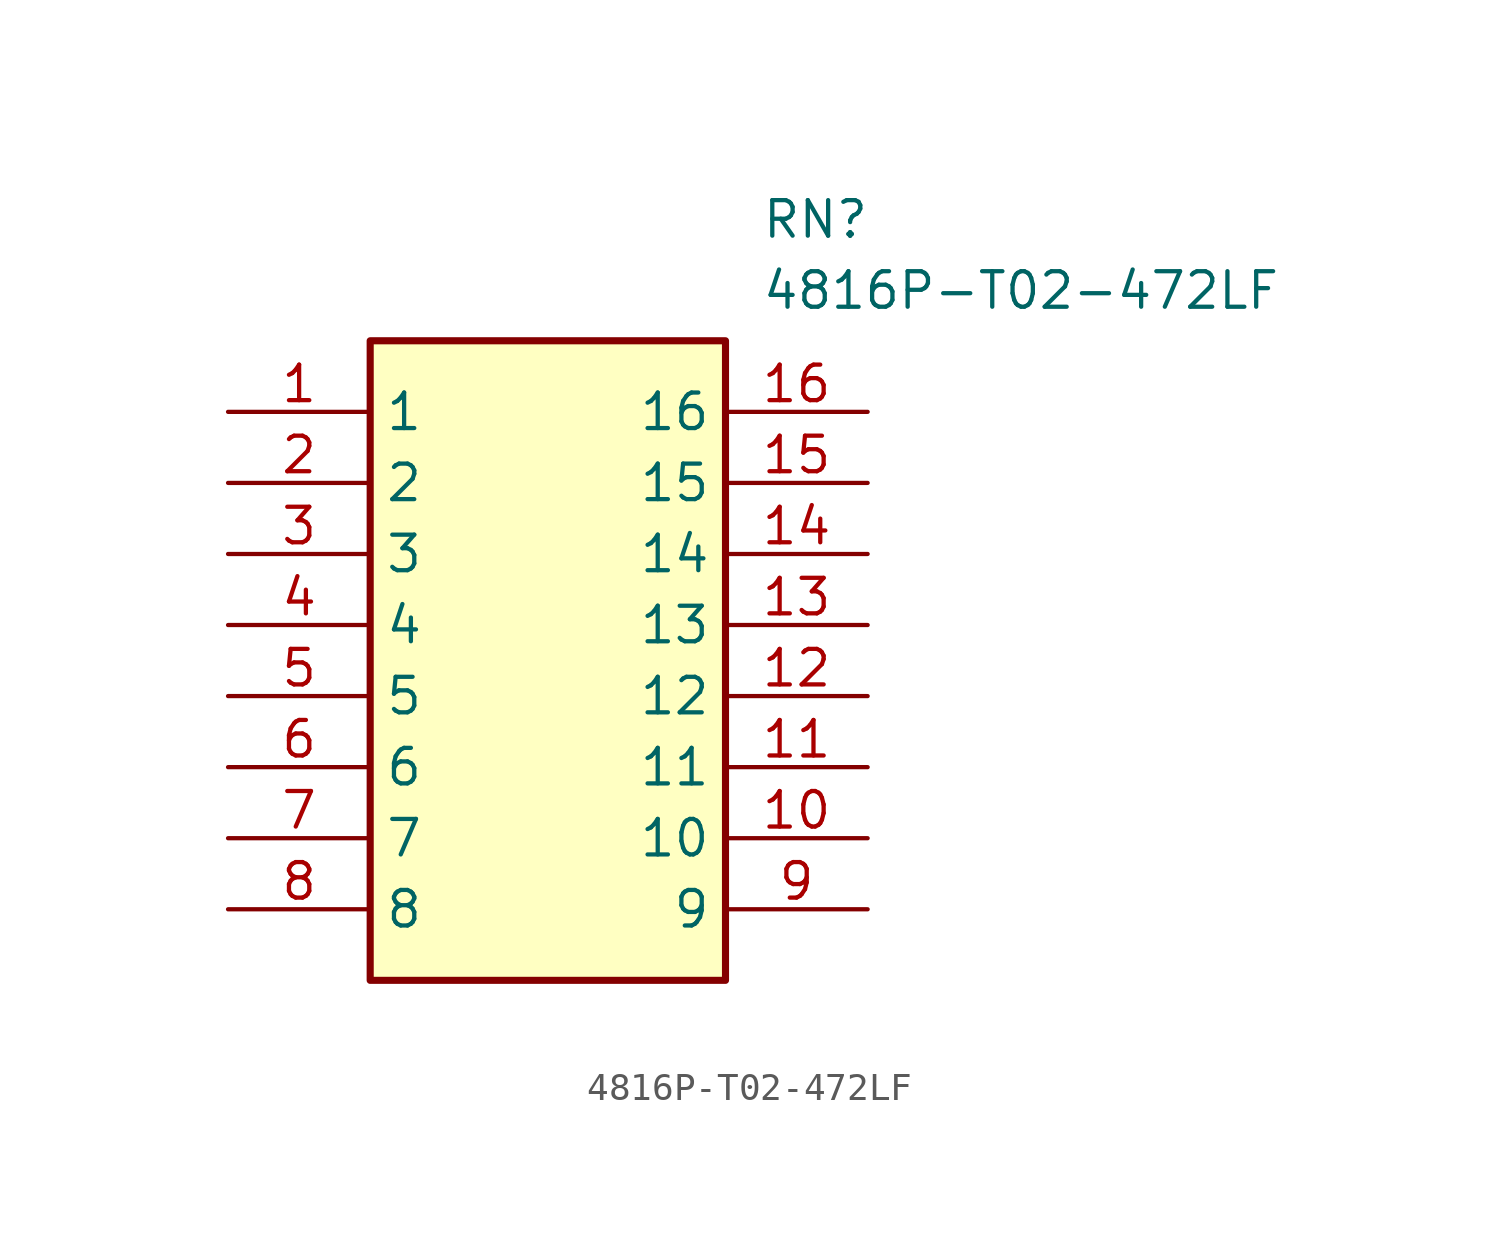
<source format=kicad_sym>
(kicad_symbol_lib
  (version 20211014)
  (generator SamacSys_ECAD_Model)
  (symbol "4816P-T02-472LF"
    (property "Reference" "RN"
      (at 19.05 7.62 0)
      (effects (font (size 1.27 1.27)) (justify left top)))
    (property "Value" "4816P-T02-472LF"
      (at 19.05 5.08 0)
      (effects (font (size 1.27 1.27)) (justify left top)))
    (rectangle
      (start 5.08 2.54)
      (end 17.78 -20.32)
      (stroke (width 0.254) (type default))
      (fill (type background)))
    (pin passive line
      (at 0 0 0)
      (length 5.08)
      (name "1" (effects (font (size 1.27 1.27))))
      (number "1" (effects (font (size 1.27 1.27)))))
    (pin passive line
      (at 0 -2.54 0)
      (length 5.08)
      (name "2" (effects (font (size 1.27 1.27))))
      (number "2" (effects (font (size 1.27 1.27)))))
    (pin passive line
      (at 0 -5.08 0)
      (length 5.08)
      (name "3" (effects (font (size 1.27 1.27))))
      (number "3" (effects (font (size 1.27 1.27)))))
    (pin passive line
      (at 0 -7.62 0)
      (length 5.08)
      (name "4" (effects (font (size 1.27 1.27))))
      (number "4" (effects (font (size 1.27 1.27)))))
    (pin passive line
      (at 0 -10.16 0)
      (length 5.08)
      (name "5" (effects (font (size 1.27 1.27))))
      (number "5" (effects (font (size 1.27 1.27)))))
    (pin passive line
      (at 0 -12.7 0)
      (length 5.08)
      (name "6" (effects (font (size 1.27 1.27))))
      (number "6" (effects (font (size 1.27 1.27)))))
    (pin passive line
      (at 0 -15.24 0)
      (length 5.08)
      (name "7" (effects (font (size 1.27 1.27))))
      (number "7" (effects (font (size 1.27 1.27)))))
    (pin passive line
      (at 0 -17.78 0)
      (length 5.08)
      (name "8" (effects (font (size 1.27 1.27))))
      (number "8" (effects (font (size 1.27 1.27)))))
    (pin passive line
      (at 22.86 -17.78 180)
      (length 5.08)
      (name "9" (effects (font (size 1.27 1.27))))
      (number "9" (effects (font (size 1.27 1.27)))))
    (pin passive line
      (at 22.86 -15.24 180)
      (length 5.08)
      (name "10" (effects (font (size 1.27 1.27))))
      (number "10" (effects (font (size 1.27 1.27)))))
    (pin passive line
      (at 22.86 -12.7 180)
      (length 5.08)
      (name "11" (effects (font (size 1.27 1.27))))
      (number "11" (effects (font (size 1.27 1.27)))))
    (pin passive line
      (at 22.86 -10.16 180)
      (length 5.08)
      (name "12" (effects (font (size 1.27 1.27))))
      (number "12" (effects (font (size 1.27 1.27)))))
    (pin passive line
      (at 22.86 -7.62 180)
      (length 5.08)
      (name "13" (effects (font (size 1.27 1.27))))
      (number "13" (effects (font (size 1.27 1.27)))))
    (pin passive line
      (at 22.86 -5.08 180)
      (length 5.08)
      (name "14" (effects (font (size 1.27 1.27))))
      (number "14" (effects (font (size 1.27 1.27)))))
    (pin passive line
      (at 22.86 -2.54 180)
      (length 5.08)
      (name "15" (effects (font (size 1.27 1.27))))
      (number "15" (effects (font (size 1.27 1.27)))))
    (pin passive line
      (at 22.86 0 180)
      (length 5.08)
      (name "16" (effects (font (size 1.27 1.27))))
      (number "16" (effects (font (size 1.27 1.27)))))))
</source>
